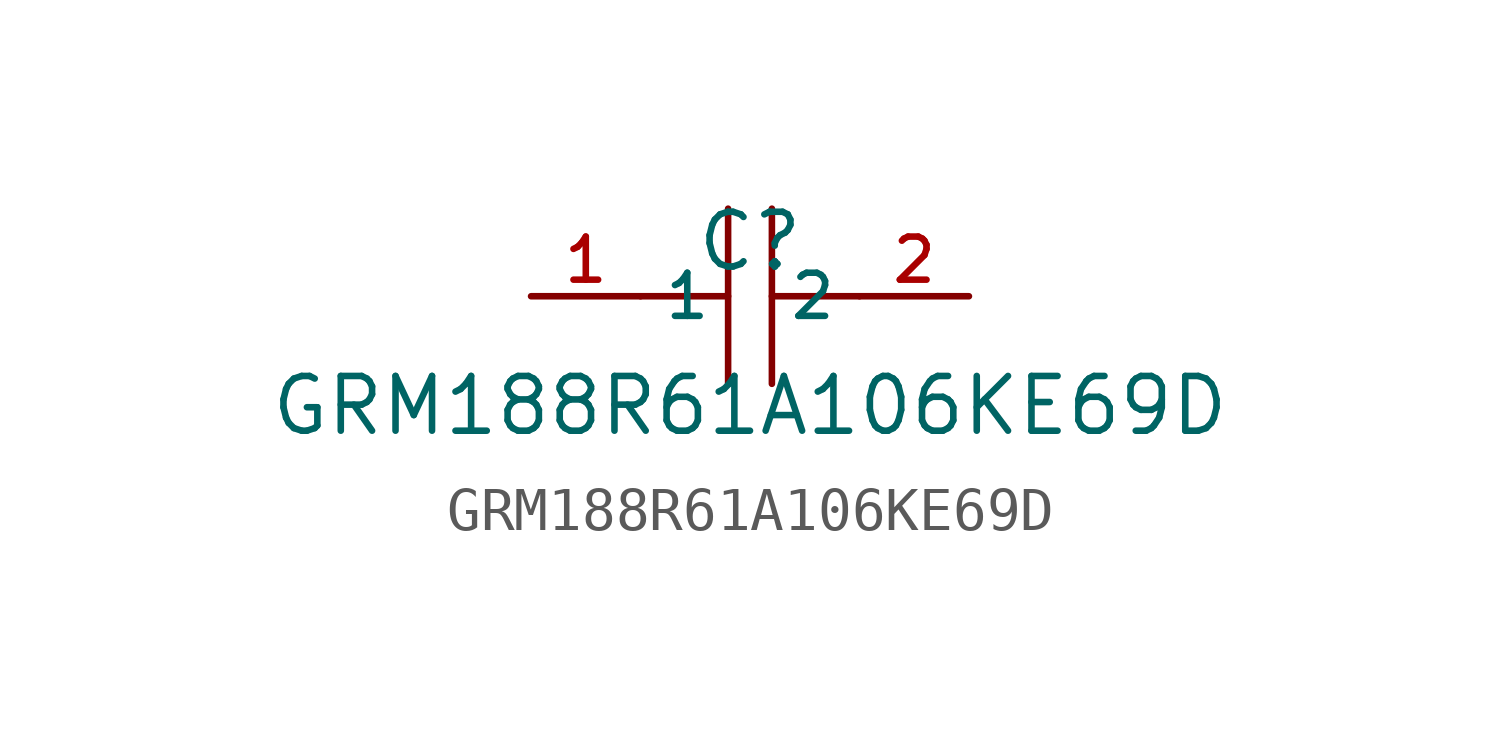
<source format=kicad_sym>
(kicad_symbol_lib
  (version 20210201)
  (generator TousstNicolas/JLC2KiCad_lib)
  (symbol "GRM188R61A106KE69D"
    (property "Reference" "C"
      (at 0 1.27 0)
      (effects (font (size 1.27 1.27))))
    (property "Value" "GRM188R61A106KE69D"
      (at 0 -2.54 0)
      (effects (font (size 1.27 1.27))))
    (symbol "GRM188R61A106KE69D_0_1"
      (polyline (pts (xy -0.508 -2.032) (xy -0.508 2.032)) (stroke (width 0) (type default) (color 0 0 0 0)) (fill (type none)))
      (pin unspecified line (at -5.08 -0.0 0) (length 2.54) (name "1" (effects (font (size 1 1)))) (number "1" (effects (font (size 1 1)))))
      (polyline (pts (xy 2.54 -0.0) (xy 0.508 -0.0)) (stroke (width 0) (type default) (color 0 0 0 0)) (fill (type none)))
      (polyline (pts (xy 0.508 2.032) (xy 0.508 -2.032)) (stroke (width 0) (type default) (color 0 0 0 0)) (fill (type none)))
      (pin unspecified line (at 5.08 -0.0 180) (length 2.54) (name "2" (effects (font (size 1 1)))) (number "2" (effects (font (size 1 1)))))
      (polyline (pts (xy -0.508 -0.0) (xy -2.54 -0.0)) (stroke (width 0) (type default) (color 0 0 0 0)) (fill (type none))))))
</source>
